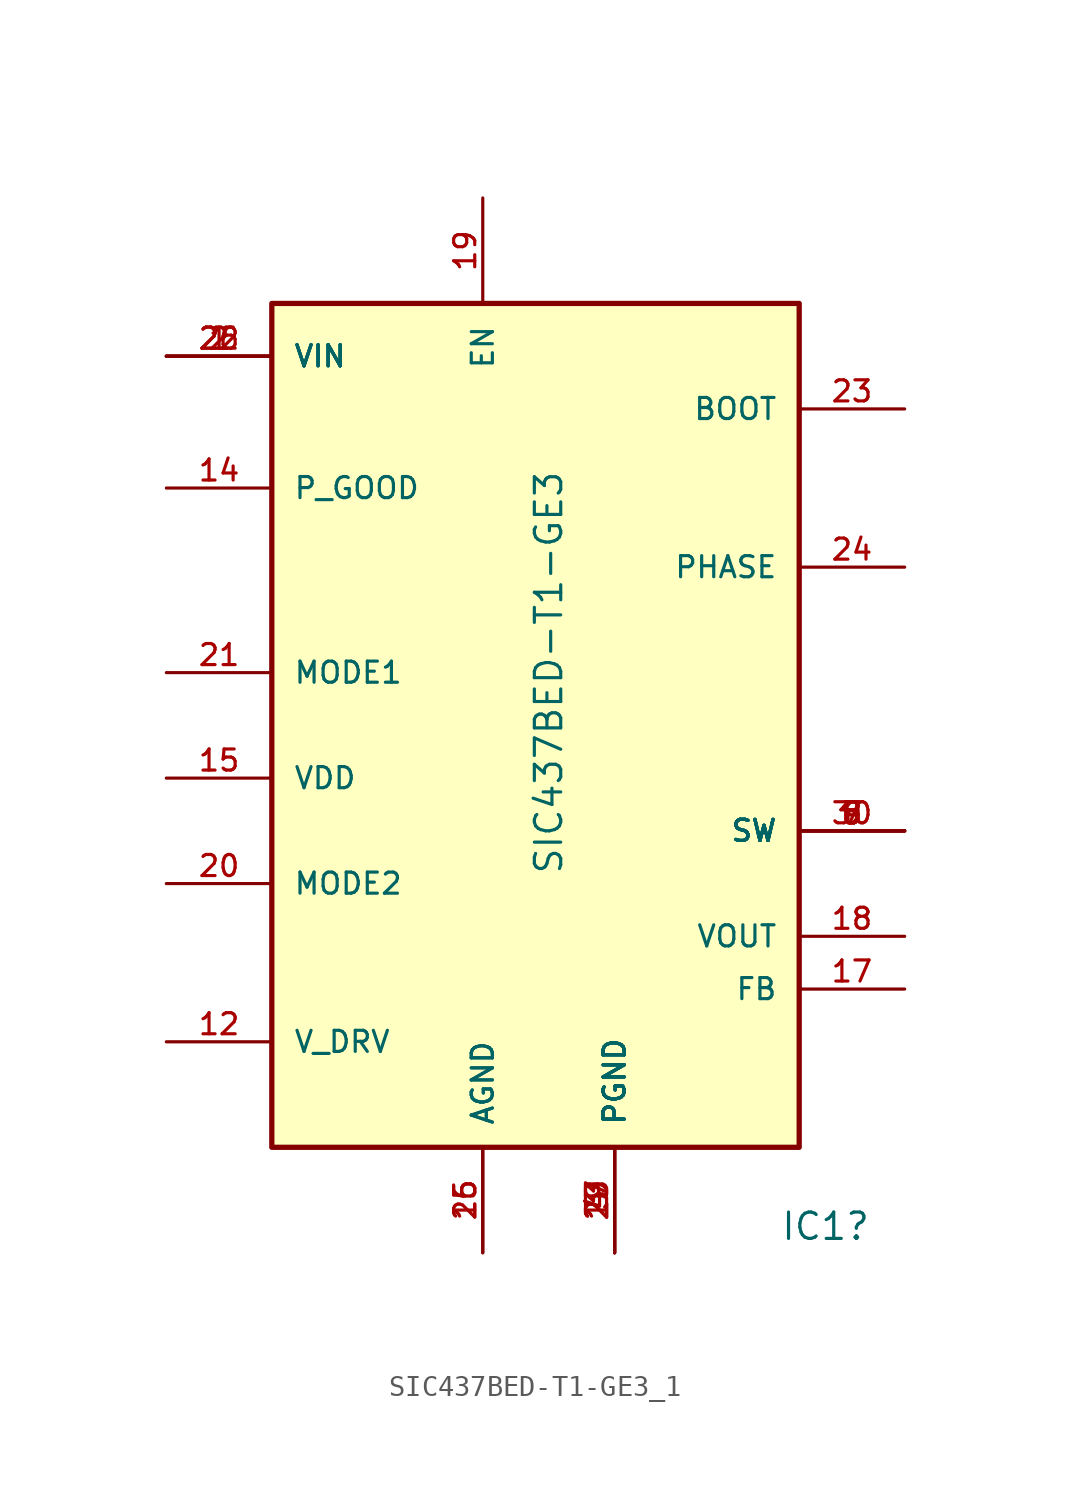
<source format=kicad_sym>
(kicad_symbol_lib
  (version 20231120)
  (generator "kicad_symbol_editor")
  (generator_version "8.99")
  (symbol "SIC437BED-T1-GE3_1"
    (pin_names
      (offset 1.016))
    (property "Reference" "IC1"
      (at 31.75 -41.91 0)
      (effects (font (size 1.27 1.27))))
    (property "Value" "SIC437BED-T1-GE3"
      (at 18.415 -15.24 90)
      (effects (font (size 1.27 1.27))))
    (symbol "SIC437BED-T1-GE3_1_0_0"
      (rectangle (start 5.08 2.54) (end 30.48 -38.1) (stroke (width 0.254) (type default)) (fill (type background)))
      (pin bidirectional line (at 0 0 0) (length 5.08) (name "VIN" (effects (font (size 1.016 1.016)))) (number "1" (effects (font (size 1.016 1.016)))))
      (pin bidirectional line (at 0 -33.02 0) (length 5.08) (name "V_DRV" (effects (font (size 1.016 1.016)))) (number "12" (effects (font (size 1.016 1.016)))))
      (pin bidirectional line (at 21.59 -43.18 90) (length 5.08) (name "PGND" (effects (font (size 1.016 1.016)))) (number "13" (effects (font (size 1.016 1.016)))))
      (pin bidirectional line (at 0 -6.35 0) (length 5.08) (name "P_GOOD" (effects (font (size 1.016 1.016)))) (number "14" (effects (font (size 1.016 1.016)))))
      (pin bidirectional line (at 0 -20.32 0) (length 5.08) (name "VDD" (effects (font (size 1.016 1.016)))) (number "15" (effects (font (size 1.016 1.016)))))
      (pin bidirectional line (at 15.24 -43.18 90) (length 5.08) (name "AGND" (effects (font (size 1.016 1.016)))) (number "16" (effects (font (size 1.016 1.016)))))
      (pin bidirectional line (at 35.56 -30.48 180) (length 5.08) (name "FB" (effects (font (size 1.016 1.016)))) (number "17" (effects (font (size 1.016 1.016)))))
      (pin bidirectional line (at 35.56 -27.94 180) (length 5.08) (name "VOUT" (effects (font (size 1.016 1.016)))) (number "18" (effects (font (size 1.016 1.016)))))
      (pin bidirectional line (at 15.24 7.62 270) (length 5.08) (name "EN" (effects (font (size 1.016 1.016)))) (number "19" (effects (font (size 1.016 1.016)))))
      (pin bidirectional line (at 0 0 0) (length 5.08) (name "VIN" (effects (font (size 1.016 1.016)))) (number "2" (effects (font (size 1.016 1.016)))))
      (pin bidirectional line (at 0 -25.4 0) (length 5.08) (name "MODE2" (effects (font (size 1.016 1.016)))) (number "20" (effects (font (size 1.016 1.016)))))
      (pin bidirectional line (at 0 -15.24 0) (length 5.08) (name "MODE1" (effects (font (size 1.016 1.016)))) (number "21" (effects (font (size 1.016 1.016)))))
      (pin bidirectional line (at 0 0 0) (length 5.08) (name "VIN" (effects (font (size 1.016 1.016)))) (number "22" (effects (font (size 1.016 1.016)))))
      (pin bidirectional line (at 35.56 -2.54 180) (length 5.08) (name "BOOT" (effects (font (size 1.016 1.016)))) (number "23" (effects (font (size 1.016 1.016)))))
      (pin bidirectional line (at 35.56 -10.16 180) (length 5.08) (name "PHASE" (effects (font (size 1.016 1.016)))) (number "24" (effects (font (size 1.016 1.016)))))
      (pin bidirectional line (at 15.24 -43.18 90) (length 5.08) (name "AGND" (effects (font (size 1.016 1.016)))) (number "25" (effects (font (size 1.016 1.016)))))
      (pin bidirectional line (at 0 0 0) (length 5.08) (name "VIN" (effects (font (size 1.016 1.016)))) (number "26" (effects (font (size 1.016 1.016)))))
      (pin bidirectional line (at 21.59 -43.18 90) (length 5.08) (name "PGND" (effects (font (size 1.016 1.016)))) (number "27" (effects (font (size 1.016 1.016)))))
      (pin bidirectional line (at 21.59 -43.18 90) (length 5.08) (name "PGND" (effects (font (size 1.016 1.016)))) (number "29" (effects (font (size 1.016 1.016)))))
      (pin bidirectional line (at 21.59 -43.18 90) (length 5.08) (name "PGND" (effects (font (size 1.016 1.016)))) (number "3" (effects (font (size 1.016 1.016)))))
      (pin bidirectional line (at 35.56 -22.86 180) (length 5.08) (name "SW" (effects (font (size 1.016 1.016)))) (number "30" (effects (font (size 1.016 1.016)))))
      (pin bidirectional line (at 21.59 -43.18 90) (length 5.08) (name "PGND" (effects (font (size 1.016 1.016)))) (number "4" (effects (font (size 1.016 1.016)))))
      (pin bidirectional line (at 35.56 -22.86 180) (length 5.08) (name "SW" (effects (font (size 1.016 1.016)))) (number "5" (effects (font (size 1.016 1.016)))))
      (pin bidirectional line (at 35.56 -22.86 180) (length 5.08) (name "SW" (effects (font (size 1.016 1.016)))) (number "6" (effects (font (size 1.016 1.016)))))
      (pin bidirectional line (at 35.56 -22.86 180) (length 5.08) (name "SW" (effects (font (size 1.016 1.016)))) (number "7" (effects (font (size 1.016 1.016)))))
      (pin bidirectional line (at 35.56 -22.86 180) (length 5.08) (name "SW" (effects (font (size 1.016 1.016)))) (number "8" (effects (font (size 1.016 1.016)))))
      (pin bidirectional line (at 35.56 -22.86 180) (length 5.08) (name "SW" (effects (font (size 1.016 1.016)))) (number "9" (effects (font (size 1.016 1.016))))))))
</source>
